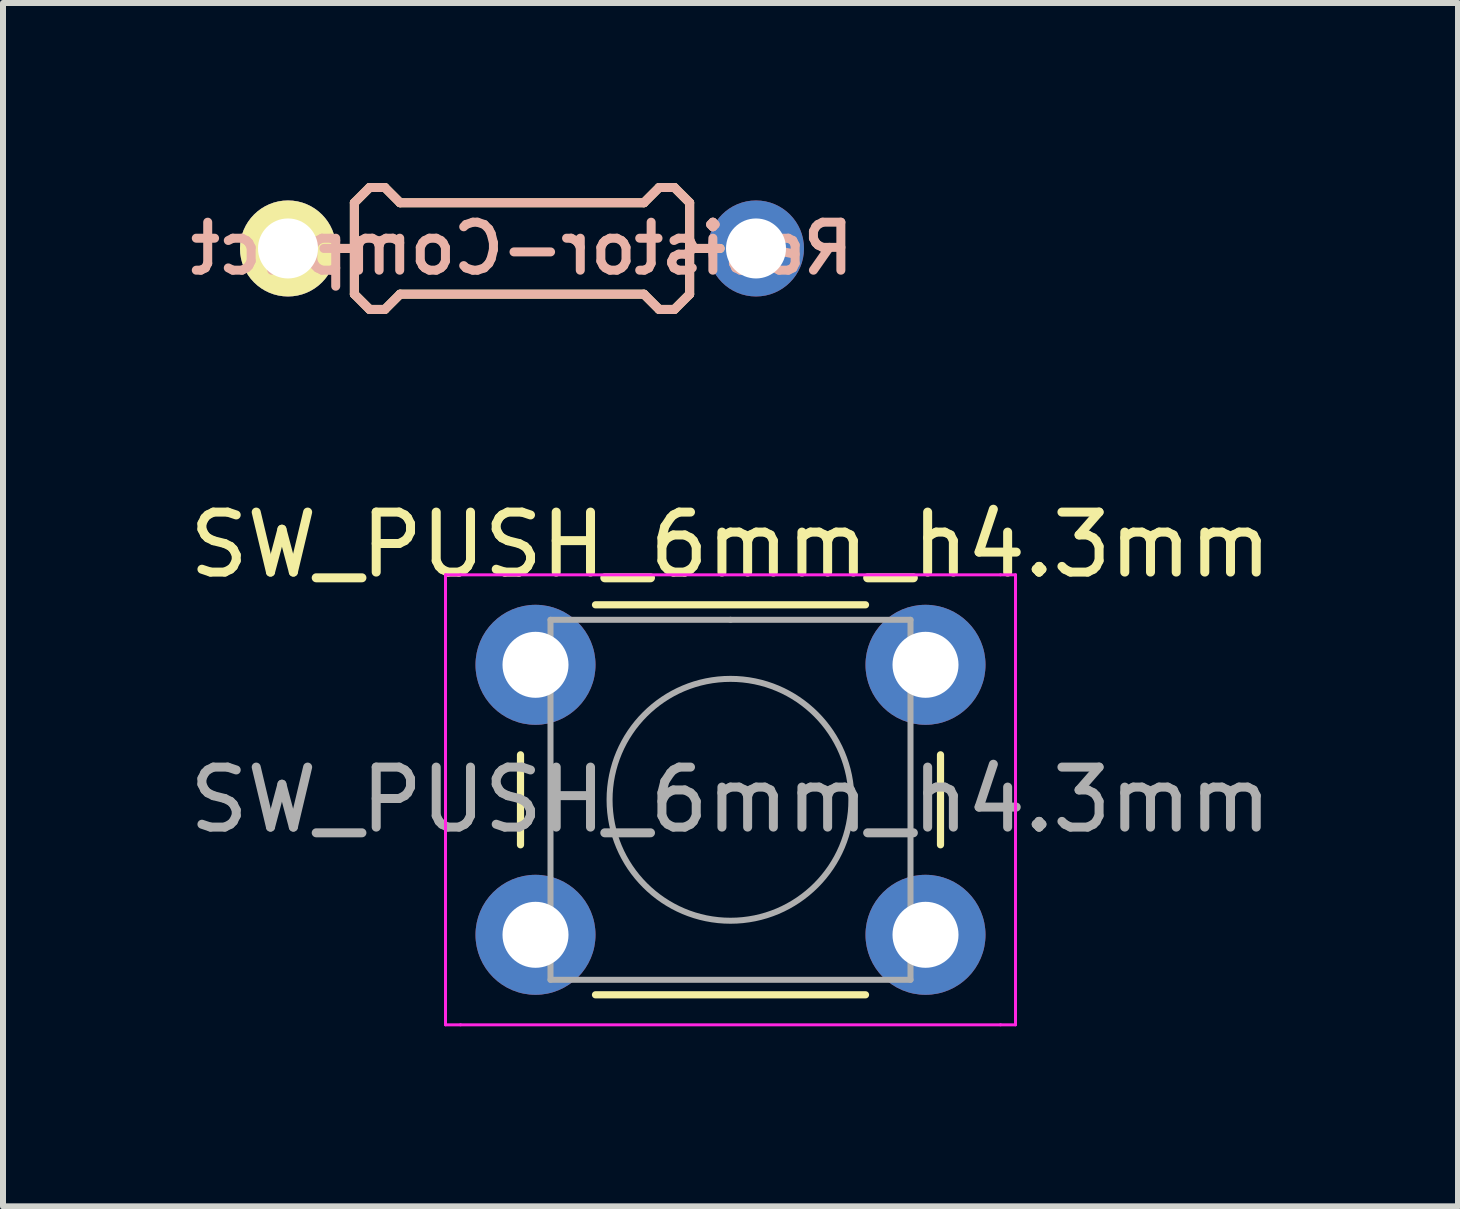
<source format=kicad_pcb>
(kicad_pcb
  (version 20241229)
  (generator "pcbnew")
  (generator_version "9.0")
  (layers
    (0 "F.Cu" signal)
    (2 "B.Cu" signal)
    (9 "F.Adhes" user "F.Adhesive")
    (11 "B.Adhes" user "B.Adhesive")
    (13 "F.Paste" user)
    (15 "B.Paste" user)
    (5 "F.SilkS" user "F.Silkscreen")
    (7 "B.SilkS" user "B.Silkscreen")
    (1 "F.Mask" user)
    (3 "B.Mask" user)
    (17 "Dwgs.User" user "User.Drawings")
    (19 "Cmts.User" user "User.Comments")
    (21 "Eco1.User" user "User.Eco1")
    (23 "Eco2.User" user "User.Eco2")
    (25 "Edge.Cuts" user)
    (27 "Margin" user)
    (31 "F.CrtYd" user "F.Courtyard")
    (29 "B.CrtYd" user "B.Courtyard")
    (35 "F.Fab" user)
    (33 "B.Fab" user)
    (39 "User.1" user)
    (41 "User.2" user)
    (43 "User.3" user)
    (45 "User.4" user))
  (footprint "SW_PUSH_6mm_h4.3mm"
    (layer "F.Cu")
    (at 5.875 8.03)
    (property "Reference" "SW_PUSH_6mm_h4.3mm" (at 3.25 -2 0) (layer "F.SilkS") (effects (font (size 1 1) (thickness 0.15))))
    (attr through_hole)
    (fp_line (start -0.25 1.5) (end -0.25 3) (stroke (width 0.12) (type solid)) (layer "F.SilkS"))
    (fp_line (start 1 5.5) (end 5.5 5.5) (stroke (width 0.12) (type solid)) (layer "F.SilkS"))
    (fp_line (start 5.5 -1) (end 1 -1) (stroke (width 0.12) (type solid)) (layer "F.SilkS"))
    (fp_line (start 6.75 3) (end 6.75 1.5) (stroke (width 0.12) (type solid)) (layer "F.SilkS"))
    (fp_line (start -1.5 -1.5) (end -1.25 -1.5) (stroke (width 0.05) (type solid)) (layer "F.CrtYd"))
    (fp_line (start -1.5 -1.25) (end -1.5 -1.5) (stroke (width 0.05) (type solid)) (layer "F.CrtYd"))
    (fp_line (start -1.5 5.75) (end -1.5 -1.25) (stroke (width 0.05) (type solid)) (layer "F.CrtYd"))
    (fp_line (start -1.5 5.75) (end -1.5 6) (stroke (width 0.05) (type solid)) (layer "F.CrtYd"))
    (fp_line (start -1.5 6) (end -1.25 6) (stroke (width 0.05) (type solid)) (layer "F.CrtYd"))
    (fp_line (start -1.25 -1.5) (end 7.75 -1.5) (stroke (width 0.05) (type solid)) (layer "F.CrtYd"))
    (fp_line (start 7.75 -1.5) (end 8 -1.5) (stroke (width 0.05) (type solid)) (layer "F.CrtYd"))
    (fp_line (start 7.75 6) (end -1.25 6) (stroke (width 0.05) (type solid)) (layer "F.CrtYd"))
    (fp_line (start 7.75 6) (end 8 6) (stroke (width 0.05) (type solid)) (layer "F.CrtYd"))
    (fp_line (start 8 -1.5) (end 8 -1.25) (stroke (width 0.05) (type solid)) (layer "F.CrtYd"))
    (fp_line (start 8 -1.25) (end 8 5.75) (stroke (width 0.05) (type solid)) (layer "F.CrtYd"))
    (fp_line (start 8 6) (end 8 5.75) (stroke (width 0.05) (type solid)) (layer "F.CrtYd"))
    (fp_line (start 0.25 -0.75) (end 3.25 -0.75) (stroke (width 0.1) (type solid)) (layer "F.Fab"))
    (fp_line (start 0.25 5.25) (end 0.25 -0.75) (stroke (width 0.1) (type solid)) (layer "F.Fab"))
    (fp_line (start 3.25 -0.75) (end 6.25 -0.75) (stroke (width 0.1) (type solid)) (layer "F.Fab"))
    (fp_line (start 6.25 -0.75) (end 6.25 5.25) (stroke (width 0.1) (type solid)) (layer "F.Fab"))
    (fp_line (start 6.25 5.25) (end 0.25 5.25) (stroke (width 0.1) (type solid)) (layer "F.Fab"))
    (fp_circle (center 3.25 2.25) (end 1.25 2.5) (stroke (width 0.1) (type solid)) (fill no) (layer "F.Fab"))
    (fp_text user "${REFERENCE}" (at 3.25 2.25 0) (layer "F.Fab") (effects (font (size 1 1) (thickness 0.15))))
    (pad "1" thru_hole circle (at 0 0 90) (size 2 2) (drill 1.1) (layers "*.Cu" "*.Mask"))
    (pad "1" thru_hole circle (at 6.5 0 90) (size 2 2) (drill 1.1) (layers "*.Cu" "*.Mask"))
    (pad "2" thru_hole circle (at 0 4.5 90) (size 2 2) (drill 1.1) (layers "*.Cu" "*.Mask"))
    (pad "2" thru_hole circle (at 6.5 4.5 90) (size 2 2) (drill 1.1) (layers "*.Cu" "*.Mask")))
  (footprint "Resistor-Compact"
    (layer "F.Cu")
    (at 5.65 1.091)
    (property "Reference" "Resistor-Compact" (at 0 0 0) (layer "B.SilkS") (effects (font (size 0.8 0.8) (thickness 0.15)) (justify mirror)))
    (attr smd)
    (fp_line (start -3.302 0) (end -2.794 0) (stroke (width 0.15) (type solid)) (layer "F.SilkS"))
    (fp_line (start -2.794 -0.762) (end -2.54 -1.016) (stroke (width 0.15) (type solid)) (layer "F.SilkS"))
    (fp_line (start -2.794 0.762) (end -2.794 -0.762) (stroke (width 0.15) (type solid)) (layer "F.SilkS"))
    (fp_line (start -2.54 -1.016) (end -2.286 -1.016) (stroke (width 0.15) (type solid)) (layer "F.SilkS"))
    (fp_line (start -2.54 1.016) (end -2.794 0.762) (stroke (width 0.15) (type solid)) (layer "F.SilkS"))
    (fp_line (start -2.286 -1.016) (end -2.032 -0.762) (stroke (width 0.15) (type solid)) (layer "F.SilkS"))
    (fp_line (start -2.286 1.016) (end -2.54 1.016) (stroke (width 0.15) (type solid)) (layer "F.SilkS"))
    (fp_line (start -2.032 -0.762) (end 2.032 -0.762) (stroke (width 0.15) (type solid)) (layer "F.SilkS"))
    (fp_line (start -2.032 0.762) (end -2.286 1.016) (stroke (width 0.15) (type solid)) (layer "F.SilkS"))
    (fp_line (start 2.032 -0.762) (end 2.286 -1.016) (stroke (width 0.15) (type solid)) (layer "F.SilkS"))
    (fp_line (start 2.032 0.762) (end -2.032 0.762) (stroke (width 0.15) (type solid)) (layer "F.SilkS"))
    (fp_line (start 2.286 -1.016) (end 2.54 -1.016) (stroke (width 0.15) (type solid)) (layer "F.SilkS"))
    (fp_line (start 2.286 1.016) (end 2.032 0.762) (stroke (width 0.15) (type solid)) (layer "F.SilkS"))
    (fp_line (start 2.54 -1.016) (end 2.794 -0.762) (stroke (width 0.15) (type solid)) (layer "F.SilkS"))
    (fp_line (start 2.54 1.016) (end 2.286 1.016) (stroke (width 0.15) (type solid)) (layer "F.SilkS"))
    (fp_line (start 2.794 -0.762) (end 2.794 0.762) (stroke (width 0.15) (type solid)) (layer "F.SilkS"))
    (fp_line (start 2.794 0) (end 3.302 0) (stroke (width 0.15) (type solid)) (layer "F.SilkS"))
    (fp_line (start 2.794 0.762) (end 2.54 1.016) (stroke (width 0.15) (type solid)) (layer "F.SilkS"))
    (fp_line (start -3.302 0) (end -2.794 0) (stroke (width 0.15) (type solid)) (layer "B.SilkS"))
    (fp_line (start -2.794 -0.762) (end -2.54 -1.016) (stroke (width 0.15) (type solid)) (layer "B.SilkS"))
    (fp_line (start -2.794 0) (end -2.794 -0.762) (stroke (width 0.15) (type solid)) (layer "B.SilkS"))
    (fp_line (start -2.794 0.762) (end -2.794 0) (stroke (width 0.15) (type solid)) (layer "B.SilkS"))
    (fp_line (start -2.54 -1.016) (end -2.286 -1.016) (stroke (width 0.15) (type solid)) (layer "B.SilkS"))
    (fp_line (start -2.54 1.016) (end -2.794 0.762) (stroke (width 0.15) (type solid)) (layer "B.SilkS"))
    (fp_line (start -2.286 -1.016) (end -2.032 -0.762) (stroke (width 0.15) (type solid)) (layer "B.SilkS"))
    (fp_line (start -2.286 1.016) (end -2.54 1.016) (stroke (width 0.15) (type solid)) (layer "B.SilkS"))
    (fp_line (start -2.032 -0.762) (end 2.032 -0.762) (stroke (width 0.15) (type solid)) (layer "B.SilkS"))
    (fp_line (start -2.032 0.762) (end -2.286 1.016) (stroke (width 0.15) (type solid)) (layer "B.SilkS"))
    (fp_line (start 2.032 -0.762) (end 2.286 -1.016) (stroke (width 0.15) (type solid)) (layer "B.SilkS"))
    (fp_line (start 2.032 0.762) (end -2.032 0.762) (stroke (width 0.15) (type solid)) (layer "B.SilkS"))
    (fp_line (start 2.286 -1.016) (end 2.54 -1.016) (stroke (width 0.15) (type solid)) (layer "B.SilkS"))
    (fp_line (start 2.286 1.016) (end 2.032 0.762) (stroke (width 0.15) (type solid)) (layer "B.SilkS"))
    (fp_line (start 2.54 -1.016) (end 2.794 -0.762) (stroke (width 0.15) (type solid)) (layer "B.SilkS"))
    (fp_line (start 2.54 1.016) (end 2.286 1.016) (stroke (width 0.15) (type solid)) (layer "B.SilkS"))
    (fp_line (start 2.794 -0.762) (end 2.794 0.762) (stroke (width 0.15) (type solid)) (layer "B.SilkS"))
    (fp_line (start 2.794 0) (end 3.302 0) (stroke (width 0.15) (type solid)) (layer "B.SilkS"))
    (fp_line (start 2.794 0.762) (end 2.54 1.016) (stroke (width 0.15) (type solid)) (layer "B.SilkS"))
    (pad "1" thru_hole circle (at 3.9 0) (size 1.6 1.6) (drill 1) (layers "*.Cu" "*.Mask"))
    (pad "2" thru_hole circle (at -3.9 0) (size 1.6 1.6) (drill 1) (layers "*.Cu" "*.Mask" "F.SilkS")))
  (gr_rect
    (start -3 -3)
    (end 21.25 17.055)
    (stroke (width 0.1) (type default))
    (fill no)
    (layer "Edge.Cuts")))
</source>
